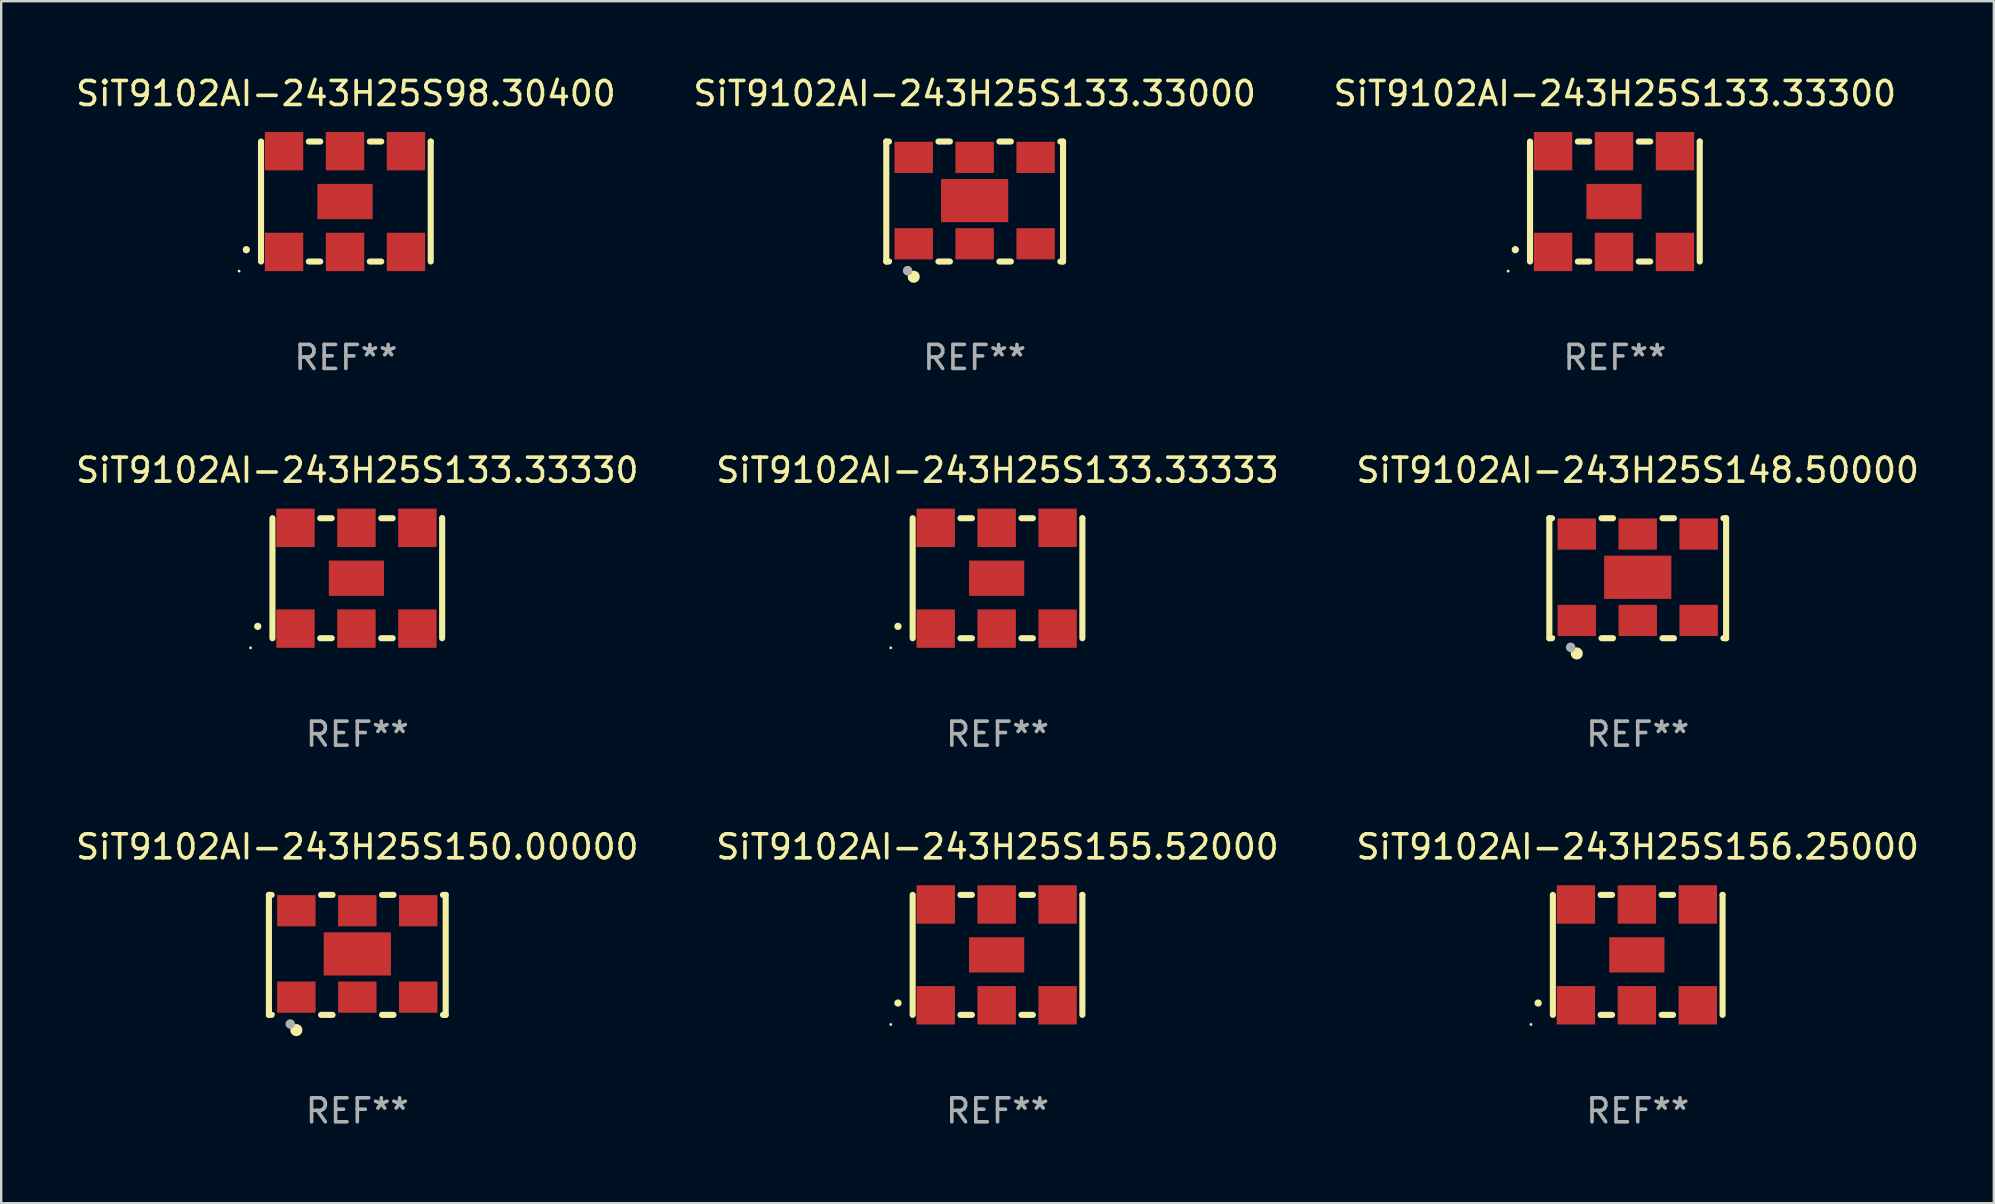
<source format=kicad_pcb>
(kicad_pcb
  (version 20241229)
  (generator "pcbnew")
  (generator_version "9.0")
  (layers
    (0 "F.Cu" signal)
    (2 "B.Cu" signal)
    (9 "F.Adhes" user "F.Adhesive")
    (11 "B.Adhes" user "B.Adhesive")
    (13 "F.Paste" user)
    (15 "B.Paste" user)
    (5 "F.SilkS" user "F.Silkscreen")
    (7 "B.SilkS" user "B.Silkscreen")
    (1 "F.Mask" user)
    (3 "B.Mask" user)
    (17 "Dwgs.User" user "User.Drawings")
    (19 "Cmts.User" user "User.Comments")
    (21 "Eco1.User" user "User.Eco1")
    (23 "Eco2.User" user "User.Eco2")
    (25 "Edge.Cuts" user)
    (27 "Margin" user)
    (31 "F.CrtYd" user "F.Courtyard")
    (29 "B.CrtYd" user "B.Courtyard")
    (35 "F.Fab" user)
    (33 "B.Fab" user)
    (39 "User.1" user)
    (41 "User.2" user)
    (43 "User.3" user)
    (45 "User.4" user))
  (footprint "SiT9102AI-243H25S148.50000"
    (layer "F.Cu")
    (at 65.196 21.045)
    (property "Reference" "SiT9102AI-243H25S148.50000" (at 0 -4.5 0) (layer "F.SilkS") (effects (font (size 1 1) (thickness 0.15))))
    (attr through_hole)
    (fp_line (start -3.683 -2.5) (end -3.571 -2.5) (stroke (width 0.254) (type solid)) (layer "F.SilkS"))
    (fp_line (start -3.683 2.5) (end -3.683 -2.5) (stroke (width 0.254) (type solid)) (layer "F.SilkS"))
    (fp_line (start -3.683 2.5) (end -3.571 2.5) (stroke (width 0.254) (type solid)) (layer "F.SilkS"))
    (fp_line (start -1.509 -2.5) (end -1.031 -2.5) (stroke (width 0.254) (type solid)) (layer "F.SilkS"))
    (fp_line (start -1.509 2.5) (end -1.031 2.5) (stroke (width 0.254) (type solid)) (layer "F.SilkS"))
    (fp_line (start 1.031 -2.5) (end 1.509 -2.5) (stroke (width 0.254) (type solid)) (layer "F.SilkS"))
    (fp_line (start 1.031 2.5) (end 1.509 2.5) (stroke (width 0.254) (type solid)) (layer "F.SilkS"))
    (fp_line (start 3.571 -2.5) (end 3.683 -2.5) (stroke (width 0.254) (type solid)) (layer "F.SilkS"))
    (fp_line (start 3.571 2.5) (end 3.683 2.5) (stroke (width 0.254) (type solid)) (layer "F.SilkS"))
    (fp_line (start 3.683 2.5) (end 3.683 -2.5) (stroke (width 0.254) (type solid)) (layer "F.SilkS"))
    (fp_circle (center -3.5 2.46) (end -3.47 2.46) (stroke (width 0.06) (type solid)) (fill no) (layer "F.SilkS"))
    (fp_circle (center -2.54 3.135) (end -2.413 3.135) (stroke (width 0.254) (type solid)) (fill no) (layer "F.SilkS"))
    (fp_circle (center -2.794 2.881) (end -2.694 2.881) (stroke (width 0.2) (type solid)) (fill no) (layer "F.Fab"))
    (fp_text user "REF**" (at 0 6.5 0) (layer "F.Fab") (effects (font (size 1 1) (thickness 0.15))))
    (pad "1" smd rect (at -2.54 1.76) (size 1.6 1.3) (layers "F.Cu" "F.Mask" "F.Paste"))
    (pad "2" smd rect (at 0 1.76) (size 1.6 1.3) (layers "F.Cu" "F.Mask" "F.Paste"))
    (pad "3" smd rect (at 2.54 1.76) (size 1.6 1.3) (layers "F.Cu" "F.Mask" "F.Paste"))
    (pad "4" smd rect (at 2.54 -1.84) (size 1.6 1.3) (layers "F.Cu" "F.Mask" "F.Paste"))
    (pad "5" smd rect (at 0 -1.84) (size 1.6 1.3) (layers "F.Cu" "F.Mask" "F.Paste"))
    (pad "6" smd rect (at -2.54 -1.84) (size 1.6 1.3) (layers "F.Cu" "F.Mask" "F.Paste"))
    (pad "7" smd rect (at 0 -0.04) (size 2.8 1.8) (layers "F.Cu" "F.Mask" "F.Paste")))
  (footprint "SiT9102AI-243H25S156.25000"
    (layer "F.Cu")
    (at 65.196 36.741)
    (property "Reference" "SiT9102AI-243H25S156.25000" (at 0 -4.5 0) (layer "F.SilkS") (effects (font (size 1 1) (thickness 0.15))))
    (attr through_hole)
    (fp_line (start -3.536 -2.5) (end -3.536 2.5) (stroke (width 0.254) (type solid)) (layer "F.SilkS"))
    (fp_line (start -1.544 2.5) (end -1.067 2.5) (stroke (width 0.254) (type solid)) (layer "F.SilkS"))
    (fp_line (start -1.067 -2.5) (end -1.544 -2.5) (stroke (width 0.254) (type solid)) (layer "F.SilkS"))
    (fp_line (start 0.996 2.5) (end 1.473 2.5) (stroke (width 0.254) (type solid)) (layer "F.SilkS"))
    (fp_line (start 1.473 -2.5) (end 0.996 -2.5) (stroke (width 0.254) (type solid)) (layer "F.SilkS"))
    (fp_line (start 3.536 -2.5) (end 3.536 -2.5) (stroke (width 0.254) (type solid)) (layer "F.SilkS"))
    (fp_line (start 3.536 2.5) (end 3.536 -2.5) (stroke (width 0.254) (type solid)) (layer "F.SilkS"))
    (fp_arc (start -4.150432 2.006604) (mid -4.149162 2.006599) (end -4.147892 2.006604) (stroke (width 0.3) (type solid)) (layer "F.SilkS"))
    (fp_circle (center -4.449 2.9) (end -4.419 2.9) (stroke (width 0.06) (type solid)) (fill no) (layer "F.SilkS"))
    (fp_text user "REF**" (at 0 6.5 0) (layer "F.Fab") (effects (font (size 1 1) (thickness 0.15))))
    (pad "1" smd rect (at -2.576 2.1) (size 1.6 1.6) (layers "F.Cu" "F.Mask" "F.Paste"))
    (pad "2" smd rect (at -0.036 2.1) (size 1.6 1.6) (layers "F.Cu" "F.Mask" "F.Paste"))
    (pad "3" smd rect (at 2.504 2.1) (size 1.6 1.6) (layers "F.Cu" "F.Mask" "F.Paste"))
    (pad "4" smd rect (at 2.504 -2.1) (size 1.6 1.6) (layers "F.Cu" "F.Mask" "F.Paste"))
    (pad "5" smd rect (at -0.036 -2.1) (size 1.6 1.6) (layers "F.Cu" "F.Mask" "F.Paste"))
    (pad "6" smd rect (at -2.576 -2.1) (size 1.6 1.6) (layers "F.Cu" "F.Mask" "F.Paste"))
    (pad "7" smd rect (at -0.036 0) (size 2.3 1.47) (layers "F.Cu" "F.Mask" "F.Paste")))
  (footprint "SiT9102AI-243H25S155.52000"
    (layer "F.Cu")
    (at 38.518 36.741)
    (property "Reference" "SiT9102AI-243H25S155.52000" (at 0 -4.5 0) (layer "F.SilkS") (effects (font (size 1 1) (thickness 0.15))))
    (attr through_hole)
    (fp_line (start -3.536 -2.5) (end -3.536 2.5) (stroke (width 0.254) (type solid)) (layer "F.SilkS"))
    (fp_line (start -1.544 2.5) (end -1.067 2.5) (stroke (width 0.254) (type solid)) (layer "F.SilkS"))
    (fp_line (start -1.067 -2.5) (end -1.544 -2.5) (stroke (width 0.254) (type solid)) (layer "F.SilkS"))
    (fp_line (start 0.996 2.5) (end 1.473 2.5) (stroke (width 0.254) (type solid)) (layer "F.SilkS"))
    (fp_line (start 1.473 -2.5) (end 0.996 -2.5) (stroke (width 0.254) (type solid)) (layer "F.SilkS"))
    (fp_line (start 3.536 -2.5) (end 3.536 -2.5) (stroke (width 0.254) (type solid)) (layer "F.SilkS"))
    (fp_line (start 3.536 2.5) (end 3.536 -2.5) (stroke (width 0.254) (type solid)) (layer "F.SilkS"))
    (fp_arc (start -4.150432 2.006604) (mid -4.149162 2.006599) (end -4.147892 2.006604) (stroke (width 0.3) (type solid)) (layer "F.SilkS"))
    (fp_circle (center -4.449 2.9) (end -4.419 2.9) (stroke (width 0.06) (type solid)) (fill no) (layer "F.SilkS"))
    (fp_text user "REF**" (at 0 6.5 0) (layer "F.Fab") (effects (font (size 1 1) (thickness 0.15))))
    (pad "1" smd rect (at -2.576 2.1) (size 1.6 1.6) (layers "F.Cu" "F.Mask" "F.Paste"))
    (pad "2" smd rect (at -0.036 2.1) (size 1.6 1.6) (layers "F.Cu" "F.Mask" "F.Paste"))
    (pad "3" smd rect (at 2.504 2.1) (size 1.6 1.6) (layers "F.Cu" "F.Mask" "F.Paste"))
    (pad "4" smd rect (at 2.504 -2.1) (size 1.6 1.6) (layers "F.Cu" "F.Mask" "F.Paste"))
    (pad "5" smd rect (at -0.036 -2.1) (size 1.6 1.6) (layers "F.Cu" "F.Mask" "F.Paste"))
    (pad "6" smd rect (at -2.576 -2.1) (size 1.6 1.6) (layers "F.Cu" "F.Mask" "F.Paste"))
    (pad "7" smd rect (at -0.036 0) (size 2.3 1.47) (layers "F.Cu" "F.Mask" "F.Paste")))
  (footprint "SiT9102AI-243H25S98.30400"
    (layer "F.Cu")
    (at 11.363 5.348)
    (property "Reference" "SiT9102AI-243H25S98.30400" (at 0 -4.5 0) (layer "F.SilkS") (effects (font (size 1 1) (thickness 0.15))))
    (attr through_hole)
    (fp_line (start -3.536 -2.5) (end -3.536 2.5) (stroke (width 0.254) (type solid)) (layer "F.SilkS"))
    (fp_line (start -1.544 2.5) (end -1.067 2.5) (stroke (width 0.254) (type solid)) (layer "F.SilkS"))
    (fp_line (start -1.067 -2.5) (end -1.544 -2.5) (stroke (width 0.254) (type solid)) (layer "F.SilkS"))
    (fp_line (start 0.996 2.5) (end 1.473 2.5) (stroke (width 0.254) (type solid)) (layer "F.SilkS"))
    (fp_line (start 1.473 -2.5) (end 0.996 -2.5) (stroke (width 0.254) (type solid)) (layer "F.SilkS"))
    (fp_line (start 3.536 -2.5) (end 3.536 -2.5) (stroke (width 0.254) (type solid)) (layer "F.SilkS"))
    (fp_line (start 3.536 2.5) (end 3.536 -2.5) (stroke (width 0.254) (type solid)) (layer "F.SilkS"))
    (fp_arc (start -4.150432 2.006604) (mid -4.149162 2.006599) (end -4.147892 2.006604) (stroke (width 0.3) (type solid)) (layer "F.SilkS"))
    (fp_circle (center -4.449 2.9) (end -4.419 2.9) (stroke (width 0.06) (type solid)) (fill no) (layer "F.SilkS"))
    (fp_text user "REF**" (at 0 6.5 0) (layer "F.Fab") (effects (font (size 1 1) (thickness 0.15))))
    (pad "1" smd rect (at -2.576 2.1) (size 1.6 1.6) (layers "F.Cu" "F.Mask" "F.Paste"))
    (pad "2" smd rect (at -0.036 2.1) (size 1.6 1.6) (layers "F.Cu" "F.Mask" "F.Paste"))
    (pad "3" smd rect (at 2.504 2.1) (size 1.6 1.6) (layers "F.Cu" "F.Mask" "F.Paste"))
    (pad "4" smd rect (at 2.504 -2.1) (size 1.6 1.6) (layers "F.Cu" "F.Mask" "F.Paste"))
    (pad "5" smd rect (at -0.036 -2.1) (size 1.6 1.6) (layers "F.Cu" "F.Mask" "F.Paste"))
    (pad "6" smd rect (at -2.576 -2.1) (size 1.6 1.6) (layers "F.Cu" "F.Mask" "F.Paste"))
    (pad "7" smd rect (at -0.036 0) (size 2.3 1.47) (layers "F.Cu" "F.Mask" "F.Paste")))
  (footprint "SiT9102AI-243H25S133.33333"
    (layer "F.Cu")
    (at 38.518 21.045)
    (property "Reference" "SiT9102AI-243H25S133.33333" (at 0 -4.5 0) (layer "F.SilkS") (effects (font (size 1 1) (thickness 0.15))))
    (attr through_hole)
    (fp_line (start -3.536 -2.5) (end -3.536 2.5) (stroke (width 0.254) (type solid)) (layer "F.SilkS"))
    (fp_line (start -1.544 2.5) (end -1.067 2.5) (stroke (width 0.254) (type solid)) (layer "F.SilkS"))
    (fp_line (start -1.067 -2.5) (end -1.544 -2.5) (stroke (width 0.254) (type solid)) (layer "F.SilkS"))
    (fp_line (start 0.996 2.5) (end 1.473 2.5) (stroke (width 0.254) (type solid)) (layer "F.SilkS"))
    (fp_line (start 1.473 -2.5) (end 0.996 -2.5) (stroke (width 0.254) (type solid)) (layer "F.SilkS"))
    (fp_line (start 3.536 -2.5) (end 3.536 -2.5) (stroke (width 0.254) (type solid)) (layer "F.SilkS"))
    (fp_line (start 3.536 2.5) (end 3.536 -2.5) (stroke (width 0.254) (type solid)) (layer "F.SilkS"))
    (fp_arc (start -4.150432 2.006604) (mid -4.149162 2.006599) (end -4.147892 2.006604) (stroke (width 0.3) (type solid)) (layer "F.SilkS"))
    (fp_circle (center -4.449 2.9) (end -4.419 2.9) (stroke (width 0.06) (type solid)) (fill no) (layer "F.SilkS"))
    (fp_text user "REF**" (at 0 6.5 0) (layer "F.Fab") (effects (font (size 1 1) (thickness 0.15))))
    (pad "1" smd rect (at -2.576 2.1) (size 1.6 1.6) (layers "F.Cu" "F.Mask" "F.Paste"))
    (pad "2" smd rect (at -0.036 2.1) (size 1.6 1.6) (layers "F.Cu" "F.Mask" "F.Paste"))
    (pad "3" smd rect (at 2.504 2.1) (size 1.6 1.6) (layers "F.Cu" "F.Mask" "F.Paste"))
    (pad "4" smd rect (at 2.504 -2.1) (size 1.6 1.6) (layers "F.Cu" "F.Mask" "F.Paste"))
    (pad "5" smd rect (at -0.036 -2.1) (size 1.6 1.6) (layers "F.Cu" "F.Mask" "F.Paste"))
    (pad "6" smd rect (at -2.576 -2.1) (size 1.6 1.6) (layers "F.Cu" "F.Mask" "F.Paste"))
    (pad "7" smd rect (at -0.036 0) (size 2.3 1.47) (layers "F.Cu" "F.Mask" "F.Paste")))
  (footprint "SiT9102AI-243H25S133.33330"
    (layer "F.Cu")
    (at 11.839 21.045)
    (property "Reference" "SiT9102AI-243H25S133.33330" (at 0 -4.5 0) (layer "F.SilkS") (effects (font (size 1 1) (thickness 0.15))))
    (attr through_hole)
    (fp_line (start -3.536 -2.5) (end -3.536 2.5) (stroke (width 0.254) (type solid)) (layer "F.SilkS"))
    (fp_line (start -1.544 2.5) (end -1.067 2.5) (stroke (width 0.254) (type solid)) (layer "F.SilkS"))
    (fp_line (start -1.067 -2.5) (end -1.544 -2.5) (stroke (width 0.254) (type solid)) (layer "F.SilkS"))
    (fp_line (start 0.996 2.5) (end 1.473 2.5) (stroke (width 0.254) (type solid)) (layer "F.SilkS"))
    (fp_line (start 1.473 -2.5) (end 0.996 -2.5) (stroke (width 0.254) (type solid)) (layer "F.SilkS"))
    (fp_line (start 3.536 -2.5) (end 3.536 -2.5) (stroke (width 0.254) (type solid)) (layer "F.SilkS"))
    (fp_line (start 3.536 2.5) (end 3.536 -2.5) (stroke (width 0.254) (type solid)) (layer "F.SilkS"))
    (fp_arc (start -4.150432 2.006604) (mid -4.149162 2.006599) (end -4.147892 2.006604) (stroke (width 0.3) (type solid)) (layer "F.SilkS"))
    (fp_circle (center -4.449 2.9) (end -4.419 2.9) (stroke (width 0.06) (type solid)) (fill no) (layer "F.SilkS"))
    (fp_text user "REF**" (at 0 6.5 0) (layer "F.Fab") (effects (font (size 1 1) (thickness 0.15))))
    (pad "1" smd rect (at -2.576 2.1) (size 1.6 1.6) (layers "F.Cu" "F.Mask" "F.Paste"))
    (pad "2" smd rect (at -0.036 2.1) (size 1.6 1.6) (layers "F.Cu" "F.Mask" "F.Paste"))
    (pad "3" smd rect (at 2.504 2.1) (size 1.6 1.6) (layers "F.Cu" "F.Mask" "F.Paste"))
    (pad "4" smd rect (at 2.504 -2.1) (size 1.6 1.6) (layers "F.Cu" "F.Mask" "F.Paste"))
    (pad "5" smd rect (at -0.036 -2.1) (size 1.6 1.6) (layers "F.Cu" "F.Mask" "F.Paste"))
    (pad "6" smd rect (at -2.576 -2.1) (size 1.6 1.6) (layers "F.Cu" "F.Mask" "F.Paste"))
    (pad "7" smd rect (at -0.036 0) (size 2.3 1.47) (layers "F.Cu" "F.Mask" "F.Paste")))
  (footprint "SiT9102AI-243H25S133.33000"
    (layer "F.Cu")
    (at 37.565 5.348)
    (property "Reference" "SiT9102AI-243H25S133.33000" (at 0 -4.5 0) (layer "F.SilkS") (effects (font (size 1 1) (thickness 0.15))))
    (attr through_hole)
    (fp_line (start -3.683 -2.5) (end -3.571 -2.5) (stroke (width 0.254) (type solid)) (layer "F.SilkS"))
    (fp_line (start -3.683 2.5) (end -3.683 -2.5) (stroke (width 0.254) (type solid)) (layer "F.SilkS"))
    (fp_line (start -3.683 2.5) (end -3.571 2.5) (stroke (width 0.254) (type solid)) (layer "F.SilkS"))
    (fp_line (start -1.509 -2.5) (end -1.031 -2.5) (stroke (width 0.254) (type solid)) (layer "F.SilkS"))
    (fp_line (start -1.509 2.5) (end -1.031 2.5) (stroke (width 0.254) (type solid)) (layer "F.SilkS"))
    (fp_line (start 1.031 -2.5) (end 1.509 -2.5) (stroke (width 0.254) (type solid)) (layer "F.SilkS"))
    (fp_line (start 1.031 2.5) (end 1.509 2.5) (stroke (width 0.254) (type solid)) (layer "F.SilkS"))
    (fp_line (start 3.571 -2.5) (end 3.683 -2.5) (stroke (width 0.254) (type solid)) (layer "F.SilkS"))
    (fp_line (start 3.571 2.5) (end 3.683 2.5) (stroke (width 0.254) (type solid)) (layer "F.SilkS"))
    (fp_line (start 3.683 2.5) (end 3.683 -2.5) (stroke (width 0.254) (type solid)) (layer "F.SilkS"))
    (fp_circle (center -3.5 2.46) (end -3.47 2.46) (stroke (width 0.06) (type solid)) (fill no) (layer "F.SilkS"))
    (fp_circle (center -2.54 3.135) (end -2.413 3.135) (stroke (width 0.254) (type solid)) (fill no) (layer "F.SilkS"))
    (fp_circle (center -2.794 2.881) (end -2.694 2.881) (stroke (width 0.2) (type solid)) (fill no) (layer "F.Fab"))
    (fp_text user "REF**" (at 0 6.5 0) (layer "F.Fab") (effects (font (size 1 1) (thickness 0.15))))
    (pad "1" smd rect (at -2.54 1.76) (size 1.6 1.3) (layers "F.Cu" "F.Mask" "F.Paste"))
    (pad "2" smd rect (at 0 1.76) (size 1.6 1.3) (layers "F.Cu" "F.Mask" "F.Paste"))
    (pad "3" smd rect (at 2.54 1.76) (size 1.6 1.3) (layers "F.Cu" "F.Mask" "F.Paste"))
    (pad "4" smd rect (at 2.54 -1.84) (size 1.6 1.3) (layers "F.Cu" "F.Mask" "F.Paste"))
    (pad "5" smd rect (at 0 -1.84) (size 1.6 1.3) (layers "F.Cu" "F.Mask" "F.Paste"))
    (pad "6" smd rect (at -2.54 -1.84) (size 1.6 1.3) (layers "F.Cu" "F.Mask" "F.Paste"))
    (pad "7" smd rect (at 0 -0.04) (size 2.8 1.8) (layers "F.Cu" "F.Mask" "F.Paste")))
  (footprint "SiT9102AI-243H25S150.00000"
    (layer "F.Cu")
    (at 11.839 36.741)
    (property "Reference" "SiT9102AI-243H25S150.00000" (at 0 -4.5 0) (layer "F.SilkS") (effects (font (size 1 1) (thickness 0.15))))
    (attr through_hole)
    (fp_line (start -3.683 -2.5) (end -3.571 -2.5) (stroke (width 0.254) (type solid)) (layer "F.SilkS"))
    (fp_line (start -3.683 2.5) (end -3.683 -2.5) (stroke (width 0.254) (type solid)) (layer "F.SilkS"))
    (fp_line (start -3.683 2.5) (end -3.571 2.5) (stroke (width 0.254) (type solid)) (layer "F.SilkS"))
    (fp_line (start -1.509 -2.5) (end -1.031 -2.5) (stroke (width 0.254) (type solid)) (layer "F.SilkS"))
    (fp_line (start -1.509 2.5) (end -1.031 2.5) (stroke (width 0.254) (type solid)) (layer "F.SilkS"))
    (fp_line (start 1.031 -2.5) (end 1.509 -2.5) (stroke (width 0.254) (type solid)) (layer "F.SilkS"))
    (fp_line (start 1.031 2.5) (end 1.509 2.5) (stroke (width 0.254) (type solid)) (layer "F.SilkS"))
    (fp_line (start 3.571 -2.5) (end 3.683 -2.5) (stroke (width 0.254) (type solid)) (layer "F.SilkS"))
    (fp_line (start 3.571 2.5) (end 3.683 2.5) (stroke (width 0.254) (type solid)) (layer "F.SilkS"))
    (fp_line (start 3.683 2.5) (end 3.683 -2.5) (stroke (width 0.254) (type solid)) (layer "F.SilkS"))
    (fp_circle (center -3.5 2.46) (end -3.47 2.46) (stroke (width 0.06) (type solid)) (fill no) (layer "F.SilkS"))
    (fp_circle (center -2.54 3.135) (end -2.413 3.135) (stroke (width 0.254) (type solid)) (fill no) (layer "F.SilkS"))
    (fp_circle (center -2.794 2.881) (end -2.694 2.881) (stroke (width 0.2) (type solid)) (fill no) (layer "F.Fab"))
    (fp_text user "REF**" (at 0 6.5 0) (layer "F.Fab") (effects (font (size 1 1) (thickness 0.15))))
    (pad "1" smd rect (at -2.54 1.76) (size 1.6 1.3) (layers "F.Cu" "F.Mask" "F.Paste"))
    (pad "2" smd rect (at 0 1.76) (size 1.6 1.3) (layers "F.Cu" "F.Mask" "F.Paste"))
    (pad "3" smd rect (at 2.54 1.76) (size 1.6 1.3) (layers "F.Cu" "F.Mask" "F.Paste"))
    (pad "4" smd rect (at 2.54 -1.84) (size 1.6 1.3) (layers "F.Cu" "F.Mask" "F.Paste"))
    (pad "5" smd rect (at 0 -1.84) (size 1.6 1.3) (layers "F.Cu" "F.Mask" "F.Paste"))
    (pad "6" smd rect (at -2.54 -1.84) (size 1.6 1.3) (layers "F.Cu" "F.Mask" "F.Paste"))
    (pad "7" smd rect (at 0 -0.04) (size 2.8 1.8) (layers "F.Cu" "F.Mask" "F.Paste")))
  (footprint "SiT9102AI-243H25S133.33300"
    (layer "F.Cu")
    (at 64.244 5.348)
    (property "Reference" "SiT9102AI-243H25S133.33300" (at 0 -4.5 0) (layer "F.SilkS") (effects (font (size 1 1) (thickness 0.15))))
    (attr through_hole)
    (fp_line (start -3.536 -2.5) (end -3.536 2.5) (stroke (width 0.254) (type solid)) (layer "F.SilkS"))
    (fp_line (start -1.544 2.5) (end -1.067 2.5) (stroke (width 0.254) (type solid)) (layer "F.SilkS"))
    (fp_line (start -1.067 -2.5) (end -1.544 -2.5) (stroke (width 0.254) (type solid)) (layer "F.SilkS"))
    (fp_line (start 0.996 2.5) (end 1.473 2.5) (stroke (width 0.254) (type solid)) (layer "F.SilkS"))
    (fp_line (start 1.473 -2.5) (end 0.996 -2.5) (stroke (width 0.254) (type solid)) (layer "F.SilkS"))
    (fp_line (start 3.536 -2.5) (end 3.536 -2.5) (stroke (width 0.254) (type solid)) (layer "F.SilkS"))
    (fp_line (start 3.536 2.5) (end 3.536 -2.5) (stroke (width 0.254) (type solid)) (layer "F.SilkS"))
    (fp_arc (start -4.150432 2.006604) (mid -4.149162 2.006599) (end -4.147892 2.006604) (stroke (width 0.3) (type solid)) (layer "F.SilkS"))
    (fp_circle (center -4.449 2.9) (end -4.419 2.9) (stroke (width 0.06) (type solid)) (fill no) (layer "F.SilkS"))
    (fp_text user "REF**" (at 0 6.5 0) (layer "F.Fab") (effects (font (size 1 1) (thickness 0.15))))
    (pad "1" smd rect (at -2.576 2.1) (size 1.6 1.6) (layers "F.Cu" "F.Mask" "F.Paste"))
    (pad "2" smd rect (at -0.036 2.1) (size 1.6 1.6) (layers "F.Cu" "F.Mask" "F.Paste"))
    (pad "3" smd rect (at 2.504 2.1) (size 1.6 1.6) (layers "F.Cu" "F.Mask" "F.Paste"))
    (pad "4" smd rect (at 2.504 -2.1) (size 1.6 1.6) (layers "F.Cu" "F.Mask" "F.Paste"))
    (pad "5" smd rect (at -0.036 -2.1) (size 1.6 1.6) (layers "F.Cu" "F.Mask" "F.Paste"))
    (pad "6" smd rect (at -2.576 -2.1) (size 1.6 1.6) (layers "F.Cu" "F.Mask" "F.Paste"))
    (pad "7" smd rect (at -0.036 0) (size 2.3 1.47) (layers "F.Cu" "F.Mask" "F.Paste")))
  (gr_rect
    (start -3 -3)
    (end 80.036 47.09)
    (stroke (width 0.1) (type default))
    (fill no)
    (layer "Edge.Cuts")))
</source>
